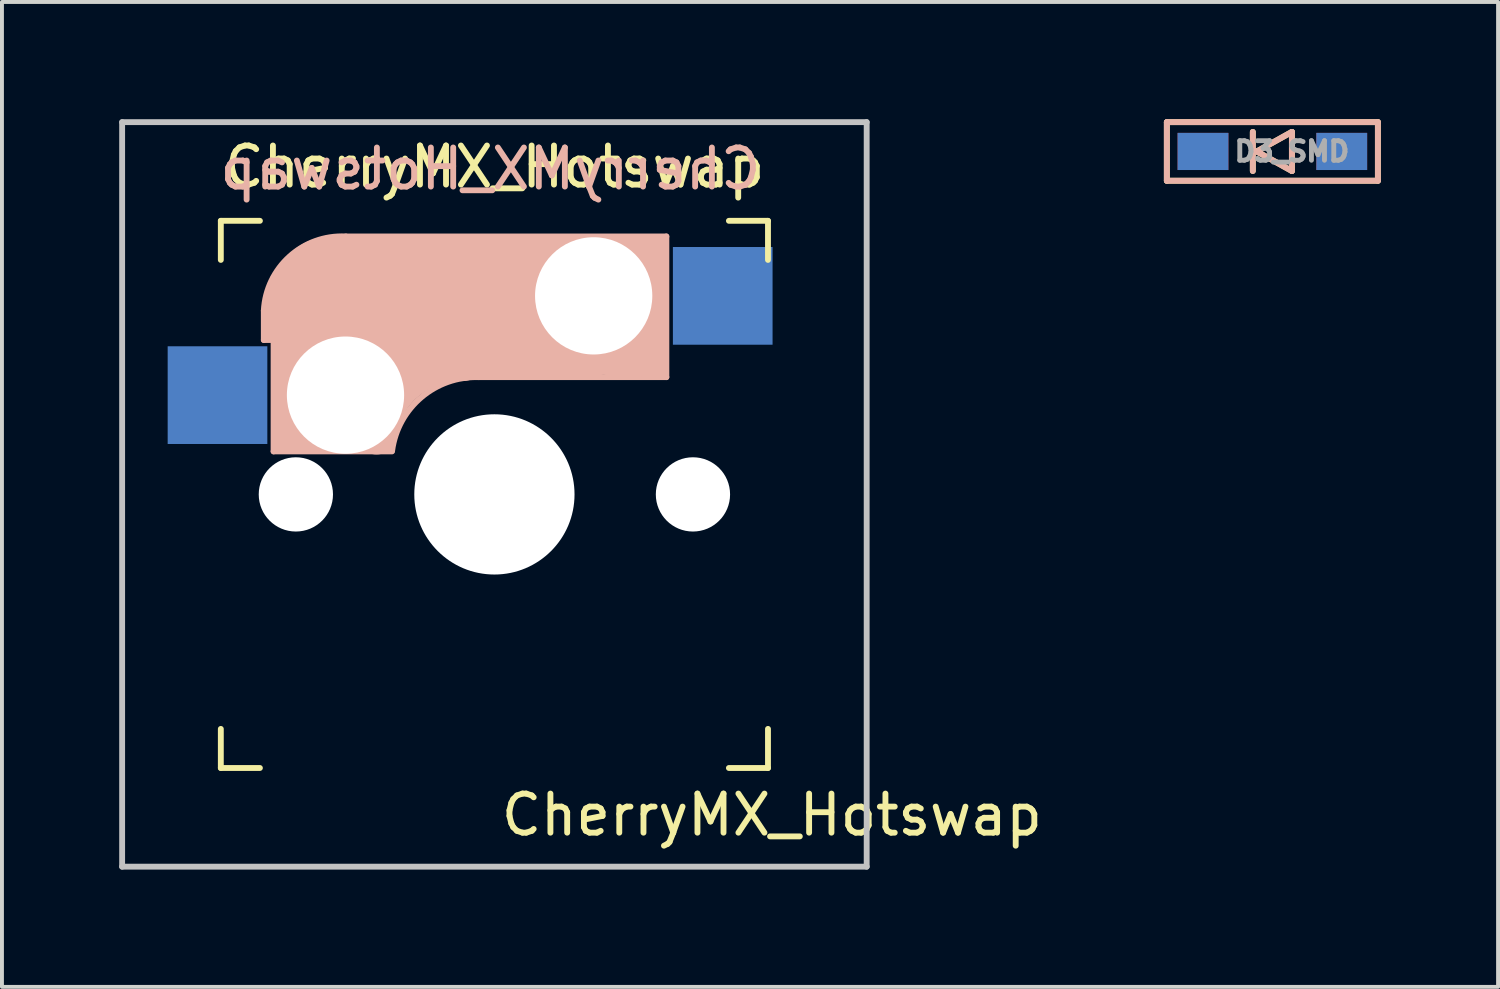
<source format=kicad_pcb>
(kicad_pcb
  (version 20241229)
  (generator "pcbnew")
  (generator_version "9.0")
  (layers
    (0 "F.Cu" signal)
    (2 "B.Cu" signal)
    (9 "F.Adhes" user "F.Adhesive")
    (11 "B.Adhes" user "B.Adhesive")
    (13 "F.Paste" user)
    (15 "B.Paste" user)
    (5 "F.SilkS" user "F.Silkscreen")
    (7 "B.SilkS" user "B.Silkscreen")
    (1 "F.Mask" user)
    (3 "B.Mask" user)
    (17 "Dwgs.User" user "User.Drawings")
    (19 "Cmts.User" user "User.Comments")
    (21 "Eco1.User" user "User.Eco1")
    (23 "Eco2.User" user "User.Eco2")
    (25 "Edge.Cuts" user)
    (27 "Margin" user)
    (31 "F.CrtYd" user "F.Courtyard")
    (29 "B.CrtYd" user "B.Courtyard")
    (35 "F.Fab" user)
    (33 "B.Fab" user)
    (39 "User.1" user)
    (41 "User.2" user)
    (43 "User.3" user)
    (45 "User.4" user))
  (footprint "CherryMX_Hotswap"
    (layer "F.Cu")
    (at 9.6 9.6)
    (property "Reference" "CherryMX_Hotswap" (at 7.1 8.2 0) (layer "F.SilkS") (effects (font (size 1 1) (thickness 0.15))))
    (attr through_hole)
    (fp_line (start -7 -7) (end -6 -7) (stroke (width 0.15) (type solid)) (layer "F.SilkS"))
    (fp_line (start -7 -6) (end -7 -7) (stroke (width 0.15) (type solid)) (layer "F.SilkS"))
    (fp_line (start -7 6) (end -7 7) (stroke (width 0.15) (type solid)) (layer "F.SilkS"))
    (fp_line (start -7 7) (end -6 7) (stroke (width 0.15) (type solid)) (layer "F.SilkS"))
    (fp_line (start 6 7) (end 7 7) (stroke (width 0.15) (type solid)) (layer "F.SilkS"))
    (fp_line (start 7 -7) (end 6 -7) (stroke (width 0.15) (type solid)) (layer "F.SilkS"))
    (fp_line (start 7 -7) (end 7 -6) (stroke (width 0.15) (type solid)) (layer "F.SilkS"))
    (fp_line (start 7 7) (end 7 6) (stroke (width 0.15) (type solid)) (layer "F.SilkS"))
    (fp_line (start -5.9 -4.7) (end -5.9 -3.95) (stroke (width 0.15) (type solid)) (layer "B.SilkS"))
    (fp_line (start -5.9 -3.95) (end -5.7 -3.95) (stroke (width 0.15) (type solid)) (layer "B.SilkS"))
    (fp_line (start -5.8 -4.05) (end -5.8 -4.7) (stroke (width 0.3) (type solid)) (layer "B.SilkS"))
    (fp_line (start -5.65 -5.55) (end -5.65 -1.1) (stroke (width 0.15) (type solid)) (layer "B.SilkS"))
    (fp_line (start -5.65 -1.1) (end -2.62 -1.1) (stroke (width 0.15) (type solid)) (layer "B.SilkS"))
    (fp_line (start -5.45 -1.3) (end -3 -1.3) (stroke (width 0.5) (type solid)) (layer "B.SilkS"))
    (fp_line (start -5.3 -1.6) (end -5.3 -3.4) (stroke (width 0.8) (type solid)) (layer "B.SilkS"))
    (fp_line (start -4.17 -5.1) (end -4.17 -2.86) (stroke (width 3) (type solid)) (layer "B.SilkS"))
    (fp_line (start -0.4 -3) (end 4.4 -3) (stroke (width 0.15) (type solid)) (layer "B.SilkS"))
    (fp_line (start 2.6 -4.8) (end -4.1 -4.8) (stroke (width 3.5) (type solid)) (layer "B.SilkS"))
    (fp_line (start 3.9 -6) (end 3.9 -3.5) (stroke (width 1) (type solid)) (layer "B.SilkS"))
    (fp_line (start 4.2 -3.25) (end 2.9 -3.3) (stroke (width 0.5) (type solid)) (layer "B.SilkS"))
    (fp_line (start 4.25 -6.4) (end 3 -6.4) (stroke (width 0.4) (type solid)) (layer "B.SilkS"))
    (fp_line (start 4.38 -4) (end 4.38 -6.25) (stroke (width 0.15) (type solid)) (layer "B.SilkS"))
    (fp_line (start 4.4 -6.6) (end -3.8 -6.6) (stroke (width 0.15) (type solid)) (layer "B.SilkS"))
    (fp_line (start 4.4 -3) (end 4.4 -6.6) (stroke (width 0.15) (type solid)) (layer "B.SilkS"))
    (fp_arc (start -5.9 -4.699999) (mid -5.243504 -6.084924) (end -3.800001 -6.6) (stroke (width 0.15) (type solid)) (layer "B.SilkS"))
    (fp_arc (start -3.016318 -1.521471) (mid -2.268709 -2.886118) (end -0.8 -3.4) (stroke (width 1) (type solid)) (layer "B.SilkS"))
    (fp_arc (start -2.616318 -1.121471) (mid -1.868709 -2.486118) (end -0.4 -3) (stroke (width 0.15) (type solid)) (layer "B.SilkS"))
    (fp_line (start -9.525 -9.525) (end 9.525 -9.525) (stroke (width 0.15) (type solid)) (layer "Dwgs.User"))
    (fp_line (start -9.525 9.525) (end -9.525 -9.525) (stroke (width 0.15) (type solid)) (layer "Dwgs.User"))
    (fp_line (start 9.525 -9.525) (end 9.525 9.525) (stroke (width 0.15) (type solid)) (layer "Dwgs.User"))
    (fp_line (start 9.525 9.525) (end -9.525 9.525) (stroke (width 0.15) (type solid)) (layer "Dwgs.User"))
    (fp_text user "${REFERENCE}" (at 0 -8.382 0) (unlocked yes) (layer "F.SilkS") (effects (font (size 1 1) (thickness 0.15))))
    (fp_text user "${REFERENCE}" (at -0.102 -8.331 0) (unlocked yes) (layer "B.SilkS") (effects (font (size 1 1) (thickness 0.15)) (justify mirror)))
    (pad "" np_thru_hole circle (at -5.08 0) (size 1.9 1.9) (drill 1.9) (layers "*.Cu" "*.Mask"))
    (pad "" np_thru_hole circle (at -3.81 -2.54) (size 3 3) (drill 3) (layers "*.Cu" "*.Mask"))
    (pad "" np_thru_hole circle (at 0 0 90) (size 4.1 4.1) (drill 4.1) (layers "*.Cu" "*.Mask"))
    (pad "" np_thru_hole circle (at 2.54 -5.08) (size 3 3) (drill 3) (layers "*.Cu" "*.Mask"))
    (pad "" np_thru_hole circle (at 5.08 0) (size 1.9 1.9) (drill 1.9) (layers "*.Cu" "*.Mask"))
    (pad "1" smd rect (at -7.085 -2.54 180) (size 2.55 2.5) (layers "B.Cu" "B.Mask" "B.Paste"))
    (pad "2" smd rect (at 5.842 -5.08 180) (size 2.55 2.5) (layers "B.Cu" "B.Mask" "B.Paste")))
  (footprint "D3_SMD"
    (layer "F.Cu")
    (at 29.505 0.825)
    (property "Reference" "D3_SMD" (at 0.5 0 0) (layer "F.Fab") (effects (font (size 0.5 0.5) (thickness 0.125))))
    (attr through_hole)
    (fp_line (start -2.7 -0.75) (end -2.7 0.75) (stroke (width 0.15) (type solid)) (layer "F.SilkS"))
    (fp_line (start -2.7 0.75) (end 2.7 0.75) (stroke (width 0.15) (type solid)) (layer "F.SilkS"))
    (fp_line (start -0.5 -0.5) (end -0.5 0.5) (stroke (width 0.15) (type solid)) (layer "F.SilkS"))
    (fp_line (start -0.4 0) (end 0.5 -0.5) (stroke (width 0.15) (type solid)) (layer "F.SilkS"))
    (fp_line (start 0.5 -0.5) (end 0.5 0.5) (stroke (width 0.15) (type solid)) (layer "F.SilkS"))
    (fp_line (start 0.5 0.5) (end -0.4 0) (stroke (width 0.15) (type solid)) (layer "F.SilkS"))
    (fp_line (start 2.7 -0.75) (end -2.7 -0.75) (stroke (width 0.15) (type solid)) (layer "F.SilkS"))
    (fp_line (start 2.7 -0.75) (end 2.7 0.75) (stroke (width 0.15) (type solid)) (layer "F.SilkS"))
    (fp_line (start -2.7 -0.75) (end -2.7 0.75) (stroke (width 0.15) (type solid)) (layer "B.SilkS"))
    (fp_line (start -2.7 0.75) (end 2.7 0.75) (stroke (width 0.15) (type solid)) (layer "B.SilkS"))
    (fp_line (start -0.5 -0.5) (end -0.5 0.5) (stroke (width 0.15) (type solid)) (layer "B.SilkS"))
    (fp_line (start -0.4 0) (end 0.5 -0.5) (stroke (width 0.15) (type solid)) (layer "B.SilkS"))
    (fp_line (start 0.5 -0.5) (end 0.5 0.5) (stroke (width 0.15) (type solid)) (layer "B.SilkS"))
    (fp_line (start 0.5 0.5) (end -0.4 0) (stroke (width 0.15) (type solid)) (layer "B.SilkS"))
    (fp_line (start 2.7 -0.75) (end -2.7 -0.75) (stroke (width 0.15) (type solid)) (layer "B.SilkS"))
    (fp_line (start 2.7 0.75) (end 2.7 -0.75) (stroke (width 0.15) (type solid)) (layer "B.SilkS"))
    (pad "1" smd rect (at -1.775 0) (size 1.3 0.95) (layers "F.Cu" "F.Mask" "F.Paste"))
    (pad "1" smd rect (at -1.775 0) (size 1.3 0.95) (layers "B.Cu" "B.Mask" "B.Paste"))
    (pad "2" smd rect (at 1.775 0) (size 1.3 0.95) (layers "F.Cu" "F.Mask" "F.Paste"))
    (pad "2" smd rect (at 1.775 0) (size 1.3 0.95) (layers "B.Cu" "B.Mask" "B.Paste")))
  (gr_rect
    (start -3 -3)
    (end 35.28 22.2)
    (stroke (width 0.1) (type default))
    (fill no)
    (layer "Edge.Cuts")))
</source>
